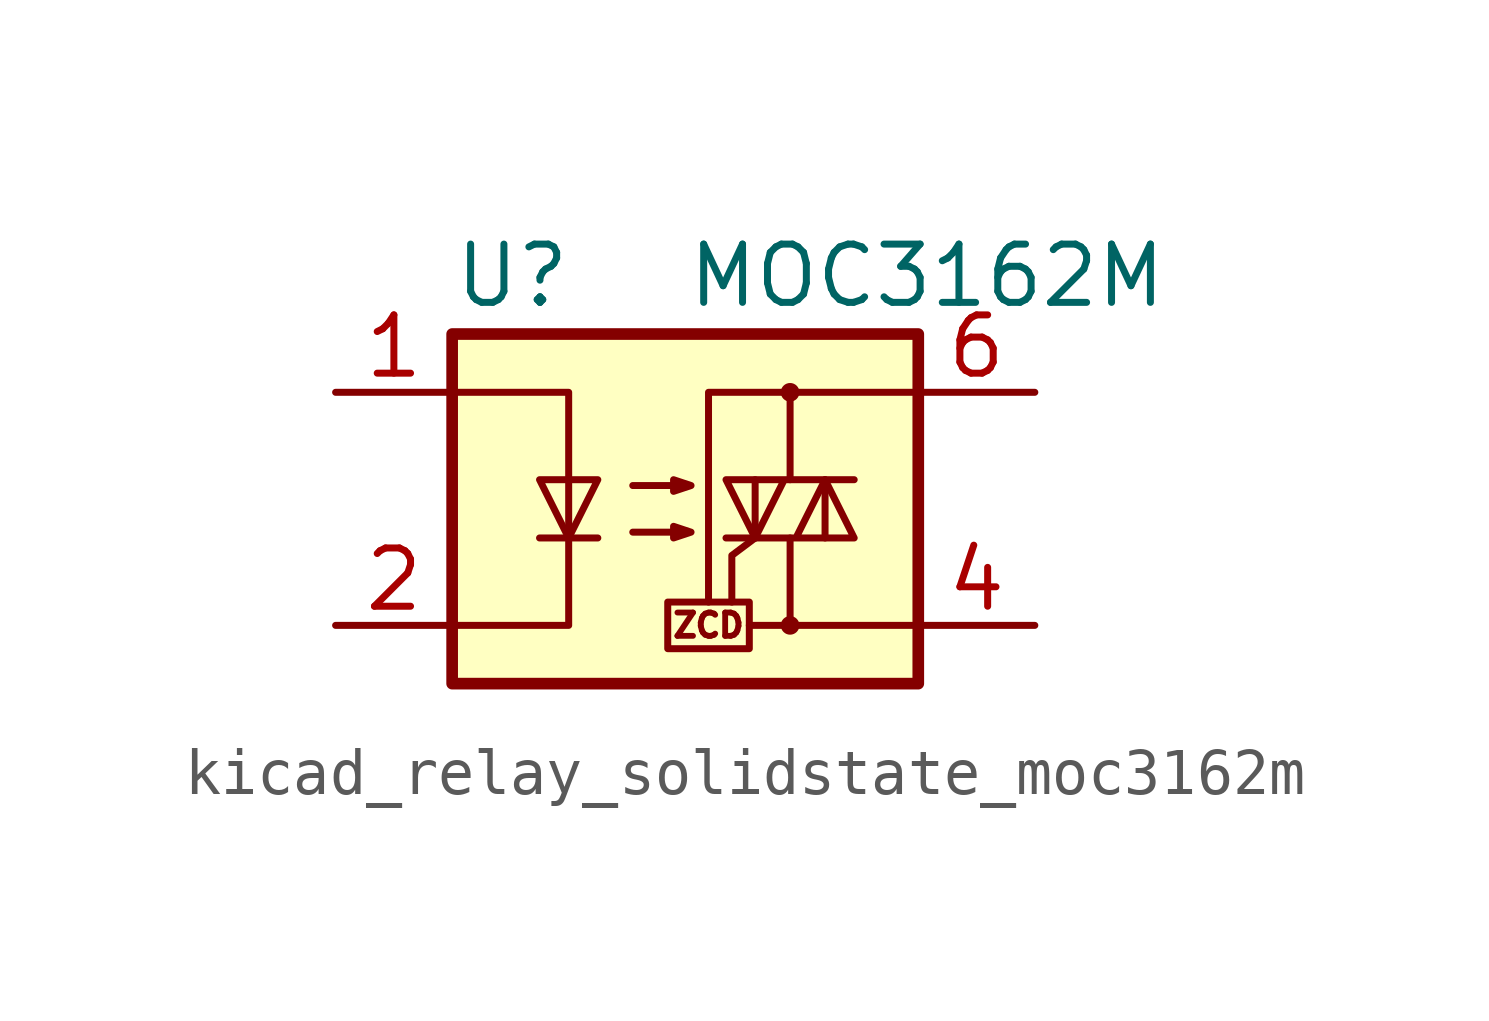
<source format=kicad_sym>
(kicad_symbol_lib
  (version 20220914)
  (generator kicad_symbol_editor)
  (symbol "kicad_relay_solidstate_moc3162m"
    (property "Reference" "U"
      (at -5.08 5.08 0)
      (effects (font (size 1.27 1.27)) (justify left)))
    (property "Value" "MOC3162M"
      (at 0 5.08 0)
      (effects (font (size 1.27 1.27)) (justify left)))
    (symbol "kicad_relay_solidstate_moc3162m_0_0"
      (rectangle (start -0.381 -2.032) (end 1.397 -3.048) (stroke (width 0) (type default)) (fill (type none)))
      (polyline (pts (xy 2.286 -2.54) (xy 1.397 -2.54)) (stroke (width 0) (type default)) (fill (type none)))
      (polyline (pts (xy 1.524 -0.635) (xy 1.016 -1.016) (xy 1.016 -2.032)) (stroke (width 0) (type default)) (fill (type none)))
      (text "ZCD" (at 0.508 -2.54 0) (effects (font (size 0.508 0.508)))))
    (symbol "kicad_relay_solidstate_moc3162m_0_1"
      (rectangle (start -5.08 3.81) (end 5.08 -3.81) (stroke (width 0.254) (type default)) (fill (type background)))
      (polyline (pts (xy -3.175 -0.635) (xy -1.905 -0.635)) (stroke (width 0) (type default)) (fill (type none)))
      (polyline (pts (xy 1.524 -0.635) (xy 1.524 0.635)) (stroke (width 0) (type default)) (fill (type none)))
      (polyline (pts (xy 3.048 0.635) (xy 3.048 -0.635)) (stroke (width 0) (type default)) (fill (type none)))
      (polyline (pts (xy 2.286 -0.635) (xy 2.286 -2.54) (xy 5.08 -2.54)) (stroke (width 0) (type default)) (fill (type none)))
      (polyline (pts (xy 2.286 0.635) (xy 2.286 2.54) (xy 5.08 2.54)) (stroke (width 0) (type default)) (fill (type none)))
      (polyline (pts (xy 2.286 2.54) (xy 0.508 2.54) (xy 0.508 -2.032)) (stroke (width 0) (type default)) (fill (type none)))
      (polyline (pts (xy -5.08 2.54) (xy -2.54 2.54) (xy -2.54 -2.54) (xy -5.08 -2.54)) (stroke (width 0) (type default)) (fill (type none)))
      (polyline (pts (xy -2.54 -0.635) (xy -3.175 0.635) (xy -1.905 0.635) (xy -2.54 -0.635)) (stroke (width 0) (type default)) (fill (type none)))
      (polyline (pts (xy 0.889 -0.635) (xy 3.683 -0.635) (xy 3.048 0.635) (xy 2.413 -0.635)) (stroke (width 0) (type default)) (fill (type none)))
      (polyline (pts (xy 3.683 0.635) (xy 0.889 0.635) (xy 1.524 -0.635) (xy 2.159 0.635)) (stroke (width 0) (type default)) (fill (type none)))
      (polyline (pts (xy -1.143 -0.508) (xy 0.127 -0.508) (xy -0.254 -0.635) (xy -0.254 -0.381) (xy 0.127 -0.508)) (stroke (width 0) (type default)) (fill (type none)))
      (polyline (pts (xy -1.143 0.508) (xy 0.127 0.508) (xy -0.254 0.381) (xy -0.254 0.635) (xy 0.127 0.508)) (stroke (width 0) (type default)) (fill (type none)))
      (circle (center 2.286 -2.54) (radius 0.127) (stroke (width 0) (type default)) (fill (type none)))
      (circle (center 2.286 2.54) (radius 0.127) (stroke (width 0) (type default)) (fill (type none))))
    (symbol "kicad_relay_solidstate_moc3162m_1_1"
      (pin passive line (at -7.62 2.54 0) (length 2.54) (name "~" (effects (font (size 1.27 1.27)))) (number "1" (effects (font (size 1.27 1.27)))))
      (pin passive line (at -7.62 -2.54 0) (length 2.54) (name "~" (effects (font (size 1.27 1.27)))) (number "2" (effects (font (size 1.27 1.27)))))
      (pin no_connect line (at -5.08 0 0) (length 2.54) hide (name "NC" (effects (font (size 1.27 1.27)))) (number "3" (effects (font (size 1.27 1.27)))))
      (pin passive line (at 7.62 -2.54 180) (length 2.54) (name "~" (effects (font (size 1.27 1.27)))) (number "4" (effects (font (size 1.27 1.27)))))
      (pin no_connect line (at 5.08 0 180) (length 2.54) hide (name "NC" (effects (font (size 1.27 1.27)))) (number "5" (effects (font (size 1.27 1.27)))))
      (pin passive line (at 7.62 2.54 180) (length 2.54) (name "~" (effects (font (size 1.27 1.27)))) (number "6" (effects (font (size 1.27 1.27))))))))
</source>
